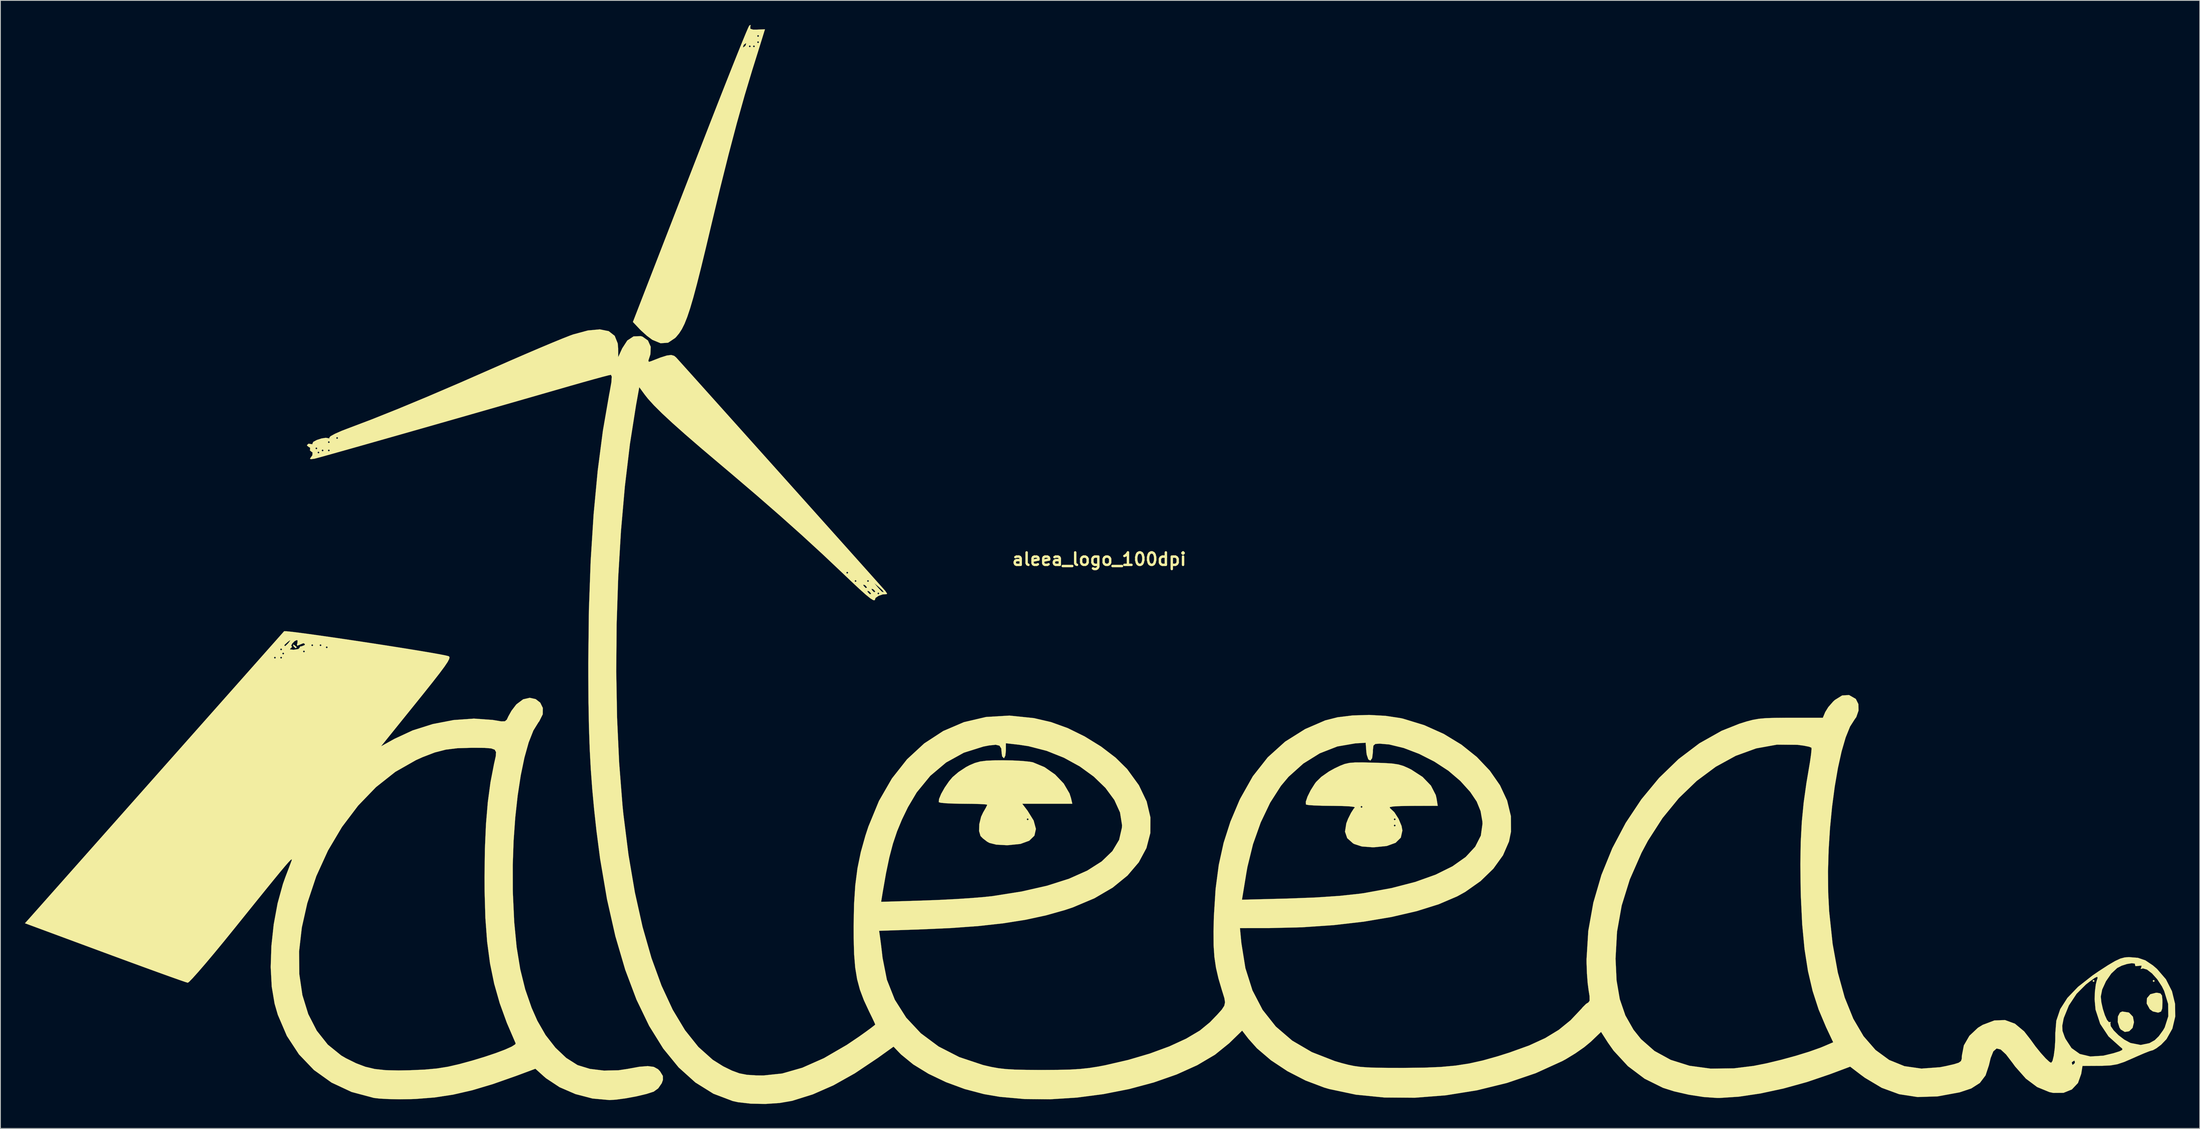
<source format=kicad_pcb>
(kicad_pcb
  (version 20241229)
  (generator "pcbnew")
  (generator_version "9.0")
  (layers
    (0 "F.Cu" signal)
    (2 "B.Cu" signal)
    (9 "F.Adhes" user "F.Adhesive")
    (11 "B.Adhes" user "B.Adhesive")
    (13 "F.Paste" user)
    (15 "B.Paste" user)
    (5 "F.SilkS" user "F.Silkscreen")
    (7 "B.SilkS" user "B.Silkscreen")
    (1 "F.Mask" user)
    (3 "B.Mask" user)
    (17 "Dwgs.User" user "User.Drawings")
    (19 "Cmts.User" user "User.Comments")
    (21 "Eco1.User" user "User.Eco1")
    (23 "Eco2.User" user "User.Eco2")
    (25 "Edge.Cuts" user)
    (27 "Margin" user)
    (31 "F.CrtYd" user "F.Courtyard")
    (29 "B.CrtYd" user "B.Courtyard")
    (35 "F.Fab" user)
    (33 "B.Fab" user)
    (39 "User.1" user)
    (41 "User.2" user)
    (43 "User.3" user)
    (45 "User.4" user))
  (footprint "aleea_logo_100dpi"
    (layer "F.Cu")
    (at 131.586 65.494)
    (property "Reference" "aleea_logo_100dpi" (at 0 0 0) (layer "F.SilkS") (effects (font (size 1.524 1.524) (thickness 0.3))))
    (attr through_hole)
    (fp_poly (pts (xy 121.92 51.689) (xy 121.793 51.816) (xy 121.666 51.689) (xy 121.793 51.562) (xy 121.92 51.689)) (stroke (width 0.01) (type solid)) (fill yes) (layer "F.SilkS"))
    (fp_poly (pts (xy 129.286 51.689) (xy 129.159 51.816) (xy 129.032 51.689) (xy 129.159 51.562) (xy 129.286 51.689)) (stroke (width 0.01) (type solid)) (fill yes) (layer "F.SilkS"))
    (fp_poly (pts (xy -98.591 10.517) (xy -98.321 10.753) (xy -98.298 10.81) (xy -98.419 10.914) (xy -98.67 10.68) (xy -98.703 10.629) (xy -98.733 10.455) (xy -98.591 10.517)) (stroke (width 0.01) (type solid)) (fill yes) (layer "F.SilkS"))
    (fp_poly (pts (xy 126.13 55.562) (xy 126.617 56.069) (xy 126.746 56.751) (xy 126.575 57.444) (xy 126.153 57.858) (xy 125.623 57.939) (xy 125.123 57.635) (xy 124.972 57.412) (xy 124.753 56.711) (xy 124.783 56.038) (xy 125.032 55.562) (xy 125.313 55.435) (xy 126.13 55.562)) (stroke (width 0.01) (type solid)) (fill yes) (layer "F.SilkS"))
    (fp_poly (pts (xy 129.596 53.138) (xy 129.988 53.221) (xy 130.176 53.478) (xy 130.232 54.049) (xy 130.234 54.356) (xy 130.203 55.079) (xy 130.067 55.433) (xy 129.762 55.558) (xy 129.667 55.568) (xy 129.056 55.425) (xy 128.685 55.156) (xy 128.299 54.454) (xy 128.338 53.798) (xy 128.745 53.316) (xy 129.464 53.132) (xy 129.596 53.138)) (stroke (width 0.01) (type solid)) (fill yes) (layer "F.SilkS"))
    (fp_poly (pts (xy -10.568 24.664) (xy -9.422 24.725) (xy -8.524 24.815) (xy -8.119 24.89) (xy -6.696 25.482) (xy -5.402 26.385) (xy -4.344 27.495) (xy -3.633 28.71) (xy -3.453 29.273) (xy -3.292 29.972) (xy -9.424 29.972) (xy -8.777 30.82) (xy -8.028 32.028) (xy -7.75 33.055) (xy -7.934 33.885) (xy -8.571 34.504) (xy -9.652 34.897) (xy -11.168 35.05) (xy -11.361 35.052) (xy -12.601 34.986) (xy -13.44 34.776) (xy -13.723 34.622) (xy -14.24 34.224) (xy -14.538 33.924) (xy -14.716 33.314) (xy -14.685 32.46) (xy -14.543 31.877) (xy -8.89 31.877) (xy -8.763 32.004) (xy -8.636 31.877) (xy -8.763 31.75) (xy -8.89 31.877) (xy -14.543 31.877) (xy -14.468 31.569) (xy -14.223 31.045) (xy -13.897 30.481) (xy -13.724 30.128) (xy -13.716 30.093) (xy -13.953 30.045) (xy -14.598 30.006) (xy -15.55 29.981) (xy -16.622 29.972) (xy -17.783 29.956) (xy -18.746 29.913) (xy -19.403 29.85) (xy -19.647 29.78) (xy -19.624 29.404) (xy -19.36 28.762) (xy -18.926 27.99) (xy -18.396 27.22) (xy -17.965 26.708) (xy -17.23 26.08) (xy -16.307 25.472) (xy -15.875 25.244) (xy -15.223 24.968) (xy -14.578 24.79) (xy -13.801 24.691) (xy -12.751 24.649) (xy -11.811 24.642) (xy -10.568 24.664)) (stroke (width 0.01) (type solid)) (fill yes) (layer "F.SilkS"))
    (fp_poly (pts (xy 33.584 24.934) (xy 34.94 24.979) (xy 35.917 25.044) (xy 36.643 25.154) (xy 37.247 25.33) (xy 37.856 25.597) (xy 38.222 25.781) (xy 39.613 26.684) (xy 40.634 27.747) (xy 41.226 28.901) (xy 41.317 29.293) (xy 41.468 30.226) (xy 38.324 30.234) (xy 36.931 30.252) (xy 36.027 30.301) (xy 35.594 30.381) (xy 35.604 30.489) (xy 36.153 31.009) (xy 36.67 31.814) (xy 37.036 32.688) (xy 37.139 33.248) (xy 36.945 34.124) (xy 36.306 34.758) (xy 35.222 35.151) (xy 33.691 35.303) (xy 33.448 35.305) (xy 32.166 35.209) (xy 31.235 34.906) (xy 31.085 34.821) (xy 30.376 34.188) (xy 30.106 33.39) (xy 30.224 32.639) (xy 36.068 32.639) (xy 36.195 32.766) (xy 36.322 32.639) (xy 36.195 32.512) (xy 36.068 32.639) (xy 30.224 32.639) (xy 30.265 32.374) (xy 30.457 31.877) (xy 36.068 31.877) (xy 36.195 32.004) (xy 36.322 31.877) (xy 36.195 31.75) (xy 36.068 31.877) (xy 30.457 31.877) (xy 30.482 31.812) (xy 30.843 31.09) (xy 31.178 30.568) (xy 31.315 30.429) (xy 31.2 30.355) (xy 31.187 30.353) (xy 32.004 30.353) (xy 32.131 30.48) (xy 32.258 30.353) (xy 32.131 30.226) (xy 32.004 30.353) (xy 31.187 30.353) (xy 30.662 30.292) (xy 29.786 30.249) (xy 28.657 30.23) (xy 28.554 30.23) (xy 27.354 30.216) (xy 26.346 30.181) (xy 25.636 30.13) (xy 25.326 30.068) (xy 25.325 30.067) (xy 25.303 29.722) (xy 25.515 29.094) (xy 25.902 28.314) (xy 26.407 27.514) (xy 26.559 27.307) (xy 27.207 26.671) (xy 28.144 26.013) (xy 28.83 25.634) (xy 29.514 25.308) (xy 30.077 25.09) (xy 30.645 24.963) (xy 31.346 24.907) (xy 32.306 24.904) (xy 33.584 24.934)) (stroke (width 0.01) (type solid)) (fill yes) (layer "F.SilkS"))
    (fp_poly (pts (xy -42.734 -65.266) (xy -42.724 -65.01) (xy -42.385 -64.912) (xy -41.905 -64.915) (xy -40.939 -64.956) (xy -41.261 -63.911) (xy -41.467 -63.246) (xy -41.78 -62.241) (xy -42.155 -61.039) (xy -42.498 -59.944) (xy -43.424 -56.865) (xy -44.387 -53.433) (xy -45.395 -49.608) (xy -46.46 -45.353) (xy -47.498 -41.021) (xy -48.178 -38.155) (xy -48.764 -35.74) (xy -49.271 -33.732) (xy -49.712 -32.084) (xy -50.103 -30.753) (xy -50.457 -29.693) (xy -50.789 -28.859) (xy -51.114 -28.206) (xy -51.446 -27.69) (xy -51.799 -27.264) (xy -51.944 -27.114) (xy -52.796 -26.543) (xy -53.717 -26.47) (xy -54.733 -26.892) (xy -54.737 -26.894) (xy -55.405 -27.392) (xy -56.127 -28.043) (xy -56.307 -28.226) (xy -57.115 -29.083) (xy -55.589 -33.02) (xy -55.211 -33.995) (xy -54.671 -35.387) (xy -53.993 -37.136) (xy -53.199 -39.185) (xy -52.31 -41.476) (xy -51.351 -43.952) (xy -50.342 -46.554) (xy -49.306 -49.224) (xy -48.597 -51.054) (xy -47.607 -53.599) (xy -46.666 -56.006) (xy -45.791 -58.23) (xy -44.999 -60.231) (xy -44.305 -61.967) (xy -43.987 -62.755) (xy -43.626 -62.755) (xy -43.591 -62.738) (xy -43.426 -62.865) (xy -42.926 -62.865) (xy -42.799 -62.738) (xy -42.672 -62.865) (xy -42.418 -62.865) (xy -42.291 -62.738) (xy -42.164 -62.865) (xy -42.291 -62.992) (xy -42.418 -62.865) (xy -42.672 -62.865) (xy -42.799 -62.992) (xy -42.926 -62.865) (xy -43.426 -62.865) (xy -43.359 -62.917) (xy -43.307 -62.992) (xy -43.242 -63.229) (xy -43.277 -63.246) (xy -43.509 -63.067) (xy -43.561 -62.992) (xy -43.626 -62.755) (xy -43.987 -62.755) (xy -43.736 -63.373) (xy -41.91 -63.373) (xy -41.783 -63.246) (xy -41.656 -63.373) (xy -41.783 -63.5) (xy -41.91 -63.373) (xy -43.736 -63.373) (xy -43.728 -63.394) (xy -43.422 -64.135) (xy -41.91 -64.135) (xy -41.783 -64.008) (xy -41.656 -64.135) (xy -41.783 -64.262) (xy -41.91 -64.135) (xy -43.422 -64.135) (xy -43.284 -64.471) (xy -42.989 -65.156) (xy -42.864 -65.405) (xy -42.689 -65.489) (xy -42.734 -65.266)) (stroke (width 0.01) (type solid)) (fill yes) (layer "F.SilkS"))
    (fp_poly (pts (xy -99.563 8.827) (xy -98.853 8.9) (xy -97.773 9.035) (xy -96.388 9.222) (xy -94.763 9.452) (xy -92.963 9.713) (xy -91.053 9.998) (xy -89.1 10.294) (xy -87.168 10.593) (xy -85.323 10.885) (xy -83.631 11.159) (xy -82.155 11.406) (xy -80.963 11.616) (xy -80.118 11.779) (xy -79.687 11.884) (xy -79.675 11.889) (xy -79.577 11.995) (xy -79.611 12.215) (xy -79.807 12.593) (xy -80.193 13.169) (xy -80.8 13.986) (xy -81.656 15.085) (xy -82.79 16.509) (xy -83.588 17.502) (xy -87.963 22.929) (xy -86.336 22.022) (xy -84.09 20.979) (xy -81.625 20.2) (xy -79.078 19.71) (xy -76.586 19.533) (xy -74.287 19.696) (xy -73.993 19.746) (xy -73.222 19.875) (xy -72.795 19.862) (xy -72.558 19.66) (xy -72.37 19.256) (xy -71.985 18.569) (xy -71.442 17.855) (xy -71.364 17.769) (xy -70.558 17.168) (xy -69.751 16.983) (xy -69.024 17.144) (xy -68.461 17.582) (xy -68.145 18.228) (xy -68.159 19.015) (xy -68.587 19.871) (xy -68.683 19.991) (xy -69.307 21.002) (xy -69.882 22.463) (xy -70.4 24.317) (xy -70.852 26.507) (xy -71.229 28.975) (xy -71.524 31.666) (xy -71.727 34.523) (xy -71.83 37.488) (xy -71.824 40.505) (xy -71.813 40.976) (xy -71.651 44.465) (xy -71.356 47.536) (xy -70.911 50.262) (xy -70.303 52.72) (xy -69.518 54.983) (xy -68.817 56.571) (xy -67.809 58.323) (xy -66.6 59.873) (xy -65.279 61.124) (xy -63.936 61.977) (xy -63.836 62.022) (xy -62.379 62.467) (xy -60.661 62.676) (xy -58.876 62.636) (xy -57.785 62.472) (xy -56.347 62.209) (xy -55.299 62.123) (xy -54.557 62.221) (xy -54.031 62.51) (xy -53.777 62.785) (xy -53.444 63.333) (xy -53.434 63.817) (xy -53.578 64.224) (xy -54.013 64.855) (xy -54.568 65.258) (xy -55.463 65.546) (xy -56.664 65.832) (xy -57.972 66.076) (xy -59.186 66.24) (xy -59.973 66.29) (xy -62.059 66.102) (xy -64.15 65.558) (xy -66.097 64.714) (xy -67.75 63.622) (xy -68.025 63.385) (xy -69.058 62.452) (xy -71.423 63.332) (xy -74.265 64.332) (xy -76.796 65.088) (xy -79.134 65.626) (xy -81.399 65.972) (xy -83.708 66.153) (xy -84.328 66.176) (xy -85.696 66.193) (xy -87.016 66.169) (xy -88.131 66.11) (xy -88.837 66.029) (xy -91.569 65.299) (xy -94.026 64.149) (xy -96.184 62.605) (xy -98.018 60.69) (xy -99.5 58.429) (xy -100.607 55.845) (xy -101.003 54.476) (xy -101.353 52.394) (xy -101.479 49.992) (xy -101.417 48.08) (xy -98.003 48.08) (xy -97.975 50.857) (xy -97.595 53.428) (xy -96.878 55.752) (xy -95.836 57.787) (xy -94.485 59.492) (xy -92.838 60.826) (xy -92.255 61.165) (xy -91.02 61.776) (xy -89.887 62.206) (xy -88.727 62.481) (xy -87.411 62.624) (xy -85.811 62.66) (xy -84.455 62.635) (xy -82.625 62.555) (xy -81.121 62.417) (xy -79.765 62.2) (xy -78.377 61.881) (xy -78.359 61.876) (xy -76.76 61.439) (xy -75.25 60.98) (xy -73.9 60.526) (xy -72.782 60.104) (xy -71.968 59.739) (xy -71.528 59.459) (xy -71.477 59.337) (xy -72.555 56.831) (xy -73.426 54.426) (xy -74.108 52.027) (xy -74.616 49.543) (xy -74.97 46.881) (xy -75.186 43.948) (xy -75.281 40.651) (xy -75.29 38.989) (xy -75.244 35.517) (xy -75.112 32.469) (xy -74.886 29.767) (xy -74.559 27.333) (xy -74.126 25.09) (xy -74.069 24.839) (xy -73.911 24.126) (xy -73.879 23.643) (xy -74.045 23.344) (xy -74.481 23.187) (xy -75.259 23.125) (xy -76.453 23.114) (xy -76.87 23.114) (xy -78.595 23.163) (xy -80.034 23.339) (xy -81.389 23.689) (xy -82.863 24.255) (xy -83.693 24.628) (xy -86.212 26.061) (xy -88.583 27.937) (xy -90.772 30.206) (xy -92.744 32.814) (xy -94.462 35.71) (xy -95.891 38.843) (xy -96.997 42.16) (xy -97.665 45.138) (xy -98.003 48.08) (xy -101.417 48.08) (xy -101.395 47.401) (xy -101.11 44.751) (xy -100.635 42.173) (xy -99.982 39.799) (xy -99.694 38.989) (xy -99.357 38.105) (xy -99.073 37.351) (xy -98.926 36.957) (xy -98.887 36.814) (xy -98.924 36.781) (xy -99.062 36.889) (xy -99.326 37.168) (xy -99.743 37.647) (xy -100.337 38.357) (xy -101.134 39.329) (xy -102.16 40.592) (xy -103.44 42.176) (xy -104.999 44.112) (xy -105.876 45.203) (xy -107.165 46.794) (xy -108.365 48.25) (xy -109.436 49.525) (xy -110.339 50.572) (xy -111.034 51.347) (xy -111.483 51.804) (xy -111.636 51.911) (xy -111.942 51.818) (xy -112.671 51.567) (xy -113.772 51.176) (xy -115.194 50.664) (xy -116.884 50.049) (xy -118.789 49.352) (xy -120.859 48.589) (xy -121.779 48.249) (xy -131.581 44.619) (xy -131.106 44.09) (xy -130.891 43.849) (xy -130.369 43.26) (xy -129.567 42.357) (xy -128.516 41.172) (xy -127.245 39.739) (xy -125.782 38.089) (xy -124.157 36.257) (xy -122.399 34.274) (xy -120.536 32.174) (xy -118.599 29.989) (xy -116.616 27.753) (xy -114.616 25.497) (xy -112.628 23.256) (xy -110.683 21.062) (xy -108.807 18.947) (xy -107.032 16.944) (xy -105.385 15.087) (xy -103.897 13.408) (xy -102.706 12.065) (xy -101.092 12.065) (xy -100.965 12.192) (xy -100.838 12.065) (xy -100.33 12.065) (xy -100.203 12.192) (xy -100.076 12.065) (xy -100.203 11.938) (xy -100.33 12.065) (xy -100.838 12.065) (xy -100.965 11.938) (xy -101.092 12.065) (xy -102.706 12.065) (xy -102.596 11.94) (xy -102.256 11.557) (xy -100.076 11.557) (xy -99.949 11.684) (xy -99.822 11.557) (xy -99.949 11.43) (xy -100.076 11.557) (xy -102.256 11.557) (xy -102.031 11.303) (xy -97.536 11.303) (xy -97.409 11.43) (xy -97.282 11.303) (xy -97.409 11.176) (xy -97.536 11.303) (xy -102.031 11.303) (xy -101.806 11.049) (xy -100.33 11.049) (xy -100.203 11.176) (xy -100.076 11.049) (xy -99.123 11.049) (xy -98.735 11.092) (xy -98.607 11.088) (xy -98.107 11.012) (xy -97.949 10.872) (xy -97.954 10.862) (xy -97.917 10.795) (xy -94.742 10.795) (xy -94.615 10.922) (xy -94.488 10.795) (xy -94.615 10.668) (xy -94.742 10.795) (xy -97.917 10.795) (xy -97.862 10.695) (xy -97.678 10.668) (xy -97.356 10.541) (xy -96.52 10.541) (xy -96.393 10.668) (xy -96.266 10.541) (xy -95.504 10.541) (xy -95.377 10.668) (xy -95.25 10.541) (xy -95.377 10.414) (xy -95.504 10.541) (xy -96.266 10.541) (xy -96.393 10.414) (xy -96.52 10.541) (xy -97.356 10.541) (xy -97.331 10.531) (xy -97.282 10.405) (xy -97.461 10.288) (xy -97.829 10.435) (xy -98.214 10.602) (xy -98.268 10.464) (xy -98.217 10.317) (xy -98.184 9.971) (xy -98.275 9.906) (xy -98.554 10.041) (xy -98.834 10.328) (xy -98.972 10.593) (xy -98.901 10.672) (xy -98.876 10.778) (xy -99.029 10.898) (xy -99.123 11.049) (xy -100.076 11.049) (xy -100.076 11.049) (xy -100.203 10.922) (xy -100.33 11.049) (xy -101.806 11.049) (xy -101.511 10.716) (xy -101.383 10.572) (xy -99.822 10.572) (xy -99.698 10.648) (xy -99.361 10.322) (xy -99.282 10.223) (xy -99.062 9.923) (xy -99.193 9.986) (xy -99.377 10.128) (xy -99.729 10.441) (xy -99.822 10.572) (xy -101.383 10.572) (xy -100.671 9.768) (xy -100.106 9.13) (xy -99.844 8.835) (xy -99.836 8.826) (xy -99.563 8.827)) (stroke (width 0.01) (type solid)) (fill yes) (layer "F.SilkS"))
    (fp_poly (pts (xy -60.078 -27.955) (xy -59.344 -27.381) (xy -58.972 -26.454) (xy -58.922 -25.856) (xy -58.917 -24.765) (xy -58.427 -25.844) (xy -57.803 -26.808) (xy -57.032 -27.315) (xy -56.151 -27.345) (xy -55.938 -27.282) (xy -55.269 -26.806) (xy -54.93 -26.039) (xy -54.971 -25.115) (xy -55.052 -24.861) (xy -55.221 -24.347) (xy -55.16 -24.192) (xy -54.914 -24.262) (xy -53.755 -24.716) (xy -52.958 -24.969) (xy -52.426 -25.036) (xy -52.06 -24.93) (xy -51.824 -24.734) (xy -51.589 -24.476) (xy -51.049 -23.876) (xy -50.235 -22.971) (xy -49.181 -21.796) (xy -47.92 -20.39) (xy -46.483 -18.787) (xy -44.904 -17.025) (xy -43.215 -15.14) (xy -41.45 -13.169) (xy -39.64 -11.148) (xy -37.819 -9.114) (xy -36.019 -7.104) (xy -34.274 -5.153) (xy -32.615 -3.299) (xy -31.075 -1.578) (xy -29.688 -0.026) (xy -28.486 1.319) (xy -27.502 2.422) (xy -26.768 3.245) (xy -26.317 3.752) (xy -26.194 3.892) (xy -25.98 4.213) (xy -26.042 4.286) (xy -26.493 4.305) (xy -27.018 4.485) (xy -27.383 4.733) (xy -27.432 4.843) (xy -27.485 5.021) (xy -27.67 5.017) (xy -28.029 4.799) (xy -28.6 4.336) (xy -29.105 3.883) (xy -28.407 3.883) (xy -28.345 4.025) (xy -28.09 4.297) (xy -27.942 4.241) (xy -27.94 4.206) (xy -27.953 4.191) (xy -27.178 4.191) (xy -27.051 4.318) (xy -26.924 4.191) (xy -27.051 4.064) (xy -27.178 4.191) (xy -27.953 4.191) (xy -28.12 3.991) (xy -28.233 3.913) (xy -28.407 3.883) (xy -29.105 3.883) (xy -29.389 3.629) (xy -27.899 3.629) (xy -27.837 3.771) (xy -27.582 4.043) (xy -27.434 3.987) (xy -27.432 3.952) (xy -27.612 3.737) (xy -27.725 3.659) (xy -27.899 3.629) (xy -29.389 3.629) (xy -29.425 3.596) (xy -29.932 3.121) (xy -28.915 3.121) (xy -28.853 3.263) (xy -28.598 3.535) (xy -28.45 3.479) (xy -28.448 3.444) (xy -28.628 3.229) (xy -28.741 3.151) (xy -28.915 3.121) (xy -29.932 3.121) (xy -30.145 2.921) (xy -27.559 2.921) (xy -27.075 3.493) (xy -26.625 3.972) (xy -26.429 4.042) (xy -26.416 3.976) (xy -26.587 3.769) (xy -26.988 3.405) (xy -27.559 2.921) (xy -30.145 2.921) (xy -30.416 2.667) (xy -29.972 2.667) (xy -29.845 2.794) (xy -29.718 2.667) (xy -28.448 2.667) (xy -28.321 2.794) (xy -28.194 2.667) (xy -28.321 2.54) (xy -28.448 2.667) (xy -29.718 2.667) (xy -29.845 2.54) (xy -29.972 2.667) (xy -30.416 2.667) (xy -30.542 2.549) (xy -31.417 1.714) (xy -31.485 1.651) (xy -30.988 1.651) (xy -30.861 1.778) (xy -30.734 1.651) (xy -30.861 1.524) (xy -30.988 1.651) (xy -31.485 1.651) (xy -33.885 -0.617) (xy -36.413 -2.94) (xy -39.08 -5.324) (xy -41.966 -7.841) (xy -45.151 -10.56) (xy -46.482 -11.684) (xy -48.779 -13.631) (xy -50.703 -15.295) (xy -52.284 -16.703) (xy -53.552 -17.882) (xy -54.535 -18.86) (xy -55.263 -19.662) (xy -55.635 -20.131) (xy -56.335 -21.085) (xy -56.734 -18.861) (xy -57.484 -14.088) (xy -58.099 -8.921) (xy -58.576 -3.456) (xy -58.913 2.21) (xy -59.107 7.98) (xy -59.154 13.758) (xy -59.052 19.449) (xy -58.797 24.954) (xy -58.387 30.177) (xy -58.28 31.242) (xy -57.653 36.238) (xy -56.868 40.852) (xy -55.928 45.07) (xy -54.839 48.88) (xy -53.606 52.268) (xy -52.234 55.222) (xy -50.728 57.729) (xy -49.094 59.776) (xy -47.336 61.35) (xy -46.053 62.154) (xy -44.98 62.68) (xy -44.071 63.013) (xy -43.14 63.194) (xy -42.003 63.265) (xy -41.12 63.273) (xy -38.833 63.033) (xy -36.364 62.325) (xy -33.719 61.153) (xy -30.907 59.52) (xy -29.422 58.517) (xy -28.568 57.908) (xy -27.898 57.414) (xy -27.501 57.102) (xy -27.432 57.032) (xy -27.536 56.78) (xy -27.809 56.2) (xy -28.187 55.426) (xy -28.824 54.054) (xy -29.307 52.771) (xy -29.654 51.473) (xy -29.886 50.053) (xy -30.02 48.405) (xy -30.076 46.423) (xy -30.081 44.958) (xy -30.027 42.274) (xy -30.009 41.992) (xy -26.708 41.992) (xy -21.292 41.822) (xy -19.46 41.75) (xy -17.593 41.654) (xy -15.826 41.54) (xy -14.293 41.418) (xy -13.126 41.297) (xy -13.081 41.291) (xy -9.516 40.728) (xy -6.387 40.016) (xy -3.702 39.161) (xy -1.468 38.166) (xy 0.306 37.037) (xy 1.611 35.778) (xy 2.44 34.394) (xy 2.784 32.888) (xy 2.794 32.572) (xy 2.55 31.036) (xy 1.855 29.508) (xy 0.765 28.029) (xy -0.665 26.645) (xy -2.379 25.398) (xy -4.32 24.332) (xy -6.434 23.489) (xy -8.664 22.914) (xy -9.842 22.736) (xy -11.43 22.556) (xy -11.43 23.47) (xy -11.492 24.067) (xy -11.646 24.373) (xy -11.684 24.384) (xy -11.884 24.169) (xy -11.942 23.812) (xy -11.997 23.199) (xy -12.214 22.853) (xy -12.682 22.74) (xy -13.493 22.827) (xy -14.187 22.962) (xy -16.574 23.713) (xy -18.75 24.915) (xy -20.685 26.545) (xy -22.351 28.58) (xy -23.427 30.397) (xy -24.159 31.91) (xy -24.76 33.363) (xy -25.264 34.869) (xy -25.703 36.54) (xy -26.11 38.486) (xy -26.518 40.819) (xy -26.547 40.998) (xy -26.708 41.992) (xy -30.009 41.992) (xy -29.877 39.958) (xy -29.609 37.878) (xy -29.203 35.9) (xy -28.641 33.891) (xy -28.272 32.766) (xy -26.979 29.628) (xy -25.392 26.875) (xy -23.535 24.519) (xy -21.43 22.573) (xy -19.1 21.052) (xy -16.569 19.968) (xy -13.86 19.334) (xy -10.996 19.164) (xy -8.001 19.472) (xy -5.9 19.96) (xy -3.864 20.694) (xy -1.774 21.723) (xy 0.23 22.959) (xy 2.008 24.318) (xy 3.417 25.708) (xy 4.864 27.7) (xy 5.814 29.689) (xy 6.277 31.652) (xy 6.264 33.565) (xy 5.785 35.405) (xy 4.85 37.148) (xy 3.469 38.77) (xy 1.654 40.248) (xy -0.586 41.559) (xy -3.24 42.679) (xy -4.2 43) (xy -6.525 43.655) (xy -9.017 44.194) (xy -11.744 44.626) (xy -14.773 44.961) (xy -18.174 45.208) (xy -21.682 45.365) (xy -26.955 45.545) (xy -26.826 46.458) (xy -26.723 47.24) (xy -26.603 48.246) (xy -26.535 48.854) (xy -26.004 51.54) (xy -25.033 53.991) (xy -23.64 56.186) (xy -21.847 58.103) (xy -19.671 59.723) (xy -17.135 61.023) (xy -14.256 61.983) (xy -14.097 62.024) (xy -13.191 62.233) (xy -12.332 62.386) (xy -11.413 62.49) (xy -10.323 62.554) (xy -8.954 62.587) (xy -7.198 62.598) (xy -6.985 62.598) (xy -5.094 62.588) (xy -3.585 62.551) (xy -2.333 62.476) (xy -1.211 62.355) (xy -0.094 62.178) (xy 0.72 62.023) (xy 3.559 61.367) (xy 6.201 60.588) (xy 8.585 59.712) (xy 10.647 58.764) (xy 12.327 57.769) (xy 13.563 56.753) (xy 13.587 56.728) (xy 14.448 55.834) (xy 15.012 55.206) (xy 15.319 54.733) (xy 15.412 54.302) (xy 15.333 53.802) (xy 15.124 53.122) (xy 15.04 52.858) (xy 14.608 51.392) (xy 14.302 50.067) (xy 14.109 48.752) (xy 14.012 47.315) (xy 13.999 45.625) (xy 14.048 43.733) (xy 14.174 41.733) (xy 17.489 41.733) (xy 23.286 41.581) (xy 26.572 41.454) (xy 29.451 41.26) (xy 31.88 40.999) (xy 32.494 40.912) (xy 35.805 40.305) (xy 38.714 39.552) (xy 41.207 38.661) (xy 43.27 37.639) (xy 44.889 36.496) (xy 46.052 35.24) (xy 46.744 33.879) (xy 46.951 32.422) (xy 46.936 32.15) (xy 46.713 30.869) (xy 46.236 29.697) (xy 45.441 28.517) (xy 44.266 27.214) (xy 44.209 27.156) (xy 42.768 25.925) (xy 41.052 24.805) (xy 39.186 23.856) (xy 37.299 23.137) (xy 35.519 22.705) (xy 34.364 22.606) (xy 33.828 22.64) (xy 33.59 22.84) (xy 33.53 23.353) (xy 33.528 23.622) (xy 33.435 24.379) (xy 33.217 24.682) (xy 32.963 24.537) (xy 32.764 23.951) (xy 32.717 23.566) (xy 32.639 22.493) (xy 31.369 22.571) (xy 29.17 22.95) (xy 27.02 23.79) (xy 25.002 25.045) (xy 23.195 26.667) (xy 22.26 27.781) (xy 20.942 29.841) (xy 19.785 32.267) (xy 18.84 34.93) (xy 18.161 37.7) (xy 18.044 38.354) (xy 17.877 39.371) (xy 17.722 40.319) (xy 17.631 40.869) (xy 17.489 41.733) (xy 14.174 41.733) (xy 14.256 40.419) (xy 14.644 37.468) (xy 15.24 34.758) (xy 16.069 32.17) (xy 17.161 29.581) (xy 17.276 29.337) (xy 18.818 26.6) (xy 20.644 24.279) (xy 22.773 22.357) (xy 25.224 20.816) (xy 27.68 19.754) (xy 29.201 19.369) (xy 31.046 19.144) (xy 33.053 19.084) (xy 35.063 19.193) (xy 36.917 19.473) (xy 37.211 19.539) (xy 39.809 20.335) (xy 42.206 21.411) (xy 44.368 22.727) (xy 46.26 24.242) (xy 47.847 25.916) (xy 49.093 27.708) (xy 49.965 29.577) (xy 50.426 31.483) (xy 50.441 33.386) (xy 50.197 34.599) (xy 49.459 36.295) (xy 48.277 37.935) (xy 46.713 39.452) (xy 44.832 40.779) (xy 43.846 41.324) (xy 41.585 42.291) (xy 38.885 43.137) (xy 35.802 43.852) (xy 32.394 44.426) (xy 28.717 44.85) (xy 24.827 45.115) (xy 20.781 45.211) (xy 20.622 45.211) (xy 17.241 45.212) (xy 17.417 47.053) (xy 17.909 50.123) (xy 18.773 52.846) (xy 20.014 55.23) (xy 21.637 57.281) (xy 23.648 59.007) (xy 26.053 60.414) (xy 28.858 61.509) (xy 29.734 61.765) (xy 30.502 61.963) (xy 31.218 62.111) (xy 31.975 62.216) (xy 32.865 62.284) (xy 33.981 62.324) (xy 35.416 62.341) (xy 37.264 62.344) (xy 37.338 62.343) (xy 39.777 62.316) (xy 41.837 62.23) (xy 43.642 62.065) (xy 45.321 61.805) (xy 46.999 61.431) (xy 48.803 60.923) (xy 50.26 60.462) (xy 52.648 59.602) (xy 54.625 58.695) (xy 56.288 57.684) (xy 57.734 56.507) (xy 59.06 55.104) (xy 59.214 54.919) (xy 59.639 54.498) (xy 59.917 54.323) (xy 60.069 54.106) (xy 60.061 53.555) (xy 59.949 52.859) (xy 59.832 51.971) (xy 59.742 50.784) (xy 59.695 49.507) (xy 59.691 49.051) (xy 59.697 48.958) (xy 63.246 48.958) (xy 63.372 51.63) (xy 63.766 53.926) (xy 64.45 55.915) (xy 65.444 57.666) (xy 66.366 58.821) (xy 68.016 60.271) (xy 70.003 61.36) (xy 72.301 62.083) (xy 74.882 62.433) (xy 77.719 62.403) (xy 80.167 62.099) (xy 81.739 61.786) (xy 83.504 61.361) (xy 85.299 60.87) (xy 86.967 60.357) (xy 88.345 59.867) (xy 88.703 59.72) (xy 89.902 59.206) (xy 89.03 57.352) (xy 88.119 55.19) (xy 87.385 52.924) (xy 86.814 50.478) (xy 86.392 47.777) (xy 86.106 44.747) (xy 85.942 41.312) (xy 85.92 40.474) (xy 85.883 37.39) (xy 85.927 34.676) (xy 86.059 32.2) (xy 86.288 29.828) (xy 86.624 27.429) (xy 86.878 25.929) (xy 87.064 24.823) (xy 87.193 23.908) (xy 87.252 23.295) (xy 87.241 23.101) (xy 86.949 22.982) (xy 86.298 22.851) (xy 85.532 22.749) (xy 83.006 22.729) (xy 80.47 23.187) (xy 77.963 24.098) (xy 75.524 25.435) (xy 73.191 27.17) (xy 71.003 29.278) (xy 68.998 31.731) (xy 67.215 34.502) (xy 66.427 35.983) (xy 64.991 39.253) (xy 64.001 42.441) (xy 63.428 45.657) (xy 63.246 48.958) (xy 59.697 48.958) (xy 59.905 45.56) (xy 60.524 42.093) (xy 61.515 38.697) (xy 62.847 35.422) (xy 64.489 32.316) (xy 66.409 29.428) (xy 68.576 26.806) (xy 70.957 24.5) (xy 73.522 22.557) (xy 76.239 21.028) (xy 78.403 20.166) (xy 79.3 19.883) (xy 80.063 19.684) (xy 80.815 19.553) (xy 81.679 19.477) (xy 82.777 19.442) (xy 84.231 19.431) (xy 84.641 19.431) (xy 88.637 19.431) (xy 88.927 18.731) (xy 89.301 18.126) (xy 89.888 17.454) (xy 90.106 17.251) (xy 91.001 16.696) (xy 91.846 16.646) (xy 92.636 17.099) (xy 92.689 17.15) (xy 92.994 17.763) (xy 93.005 18.567) (xy 92.735 19.348) (xy 92.537 19.624) (xy 91.968 20.515) (xy 91.43 21.85) (xy 90.933 23.565) (xy 90.484 25.595) (xy 90.093 27.878) (xy 89.767 30.349) (xy 89.515 32.945) (xy 89.347 35.601) (xy 89.269 38.253) (xy 89.291 40.839) (xy 89.412 43.18) (xy 89.836 47.149) (xy 90.471 50.663) (xy 91.315 53.722) (xy 92.367 56.324) (xy 93.626 58.467) (xy 95.091 60.151) (xy 96.761 61.374) (xy 98.635 62.134) (xy 100.711 62.431) (xy 102.99 62.263) (xy 103.723 62.119) (xy 104.694 61.896) (xy 105.271 61.715) (xy 105.557 61.511) (xy 105.654 61.217) (xy 105.664 60.856) (xy 105.906 59.59) (xy 106.586 58.413) (xy 107.632 57.429) (xy 108.223 57.068) (xy 109.643 56.532) (xy 110.951 56.483) (xy 112.163 56.927) (xy 113.293 57.868) (xy 114.082 58.881) (xy 114.681 59.712) (xy 115.327 60.512) (xy 115.929 61.18) (xy 116.396 61.613) (xy 116.602 61.722) (xy 119.126 61.722) (xy 119.213 61.969) (xy 119.238 61.976) (xy 119.455 61.798) (xy 119.507 61.722) (xy 119.487 61.488) (xy 119.395 61.468) (xy 119.136 61.652) (xy 119.126 61.722) (xy 116.602 61.722) (xy 116.767 61.489) (xy 116.917 60.874) (xy 117.035 60.003) (xy 117.103 59.001) (xy 117.108 58.108) (xy 117.181 57.19) (xy 117.959 57.19) (xy 117.994 57.821) (xy 118.248 58.541) (xy 118.356 58.784) (xy 119.099 59.92) (xy 120.111 60.64) (xy 121.402 60.948) (xy 122.984 60.848) (xy 124.215 60.553) (xy 124.975 60.313) (xy 125.317 60.142) (xy 125.312 59.978) (xy 125.087 59.794) (xy 123.63 58.49) (xy 122.607 56.949) (xy 122.038 55.211) (xy 121.922 53.928) (xy 121.936 53.602) (xy 122.682 53.602) (xy 122.753 54.312) (xy 122.933 55.117) (xy 123.178 55.881) (xy 123.442 56.468) (xy 123.677 56.743) (xy 123.749 56.737) (xy 123.911 56.72) (xy 123.854 56.849) (xy 123.894 57.222) (xy 124.261 57.753) (xy 124.848 58.34) (xy 125.549 58.878) (xy 126.256 59.262) (xy 126.365 59.302) (xy 127.564 59.535) (xy 128.638 59.315) (xy 129.286 58.952) (xy 129.786 58.463) (xy 130.314 57.733) (xy 130.511 57.389) (xy 130.952 56.01) (xy 130.928 54.498) (xy 130.444 52.914) (xy 130.17 52.36) (xy 129.599 51.485) (xy 128.957 50.769) (xy 128.341 50.295) (xy 127.846 50.15) (xy 127.717 50.193) (xy 127.552 50.219) (xy 127.635 50.037) (xy 127.679 49.811) (xy 127.324 49.839) (xy 127.293 49.847) (xy 126.926 49.875) (xy 126.888 49.76) (xy 126.848 49.562) (xy 126.469 49.519) (xy 125.888 49.612) (xy 125.241 49.82) (xy 124.688 50.104) (xy 123.965 50.782) (xy 123.315 51.726) (xy 122.85 52.742) (xy 122.682 53.602) (xy 121.936 53.602) (xy 121.962 52.967) (xy 122.067 52.118) (xy 122.173 51.691) (xy 122.295 51.307) (xy 122.237 51.176) (xy 121.939 51.316) (xy 121.342 51.747) (xy 120.861 52.118) (xy 119.718 53.262) (xy 118.771 54.695) (xy 118.156 56.207) (xy 118.115 56.369) (xy 117.959 57.19) (xy 117.181 57.19) (xy 117.231 56.569) (xy 117.714 55.138) (xy 118.591 53.768) (xy 119.892 52.414) (xy 121.649 51.031) (xy 122.396 50.519) (xy 123.565 49.759) (xy 124.424 49.252) (xy 125.074 48.949) (xy 125.618 48.804) (xy 126.126 48.768) (xy 127.226 48.855) (xy 128.142 49.167) (xy 129.062 49.784) (xy 129.567 50.217) (xy 130.659 51.486) (xy 131.399 52.946) (xy 131.78 54.503) (xy 131.798 56.064) (xy 131.448 57.536) (xy 130.725 58.825) (xy 130.065 59.51) (xy 129.495 59.94) (xy 129.063 60.18) (xy 128.981 60.198) (xy 128.643 60.298) (xy 127.967 60.565) (xy 127.074 60.951) (xy 126.651 61.141) (xy 125.556 61.616) (xy 124.7 61.901) (xy 123.872 62.043) (xy 122.862 62.091) (xy 122.514 62.094) (xy 120.441 62.103) (xy 120.286 63.073) (xy 119.886 64.198) (xy 119.14 64.988) (xy 118.111 65.406) (xy 116.866 65.414) (xy 116.384 65.312) (xy 114.885 64.696) (xy 113.503 63.663) (xy 112.186 62.173) (xy 111.883 61.755) (xy 111.069 60.691) (xy 110.426 60.094) (xy 109.921 59.969) (xy 109.52 60.319) (xy 109.189 61.146) (xy 108.978 62.027) (xy 108.567 63.267) (xy 107.869 64.192) (xy 106.816 64.867) (xy 105.383 65.345) (xy 102.691 65.84) (xy 100.245 65.92) (xy 97.986 65.573) (xy 95.853 64.79) (xy 93.786 63.559) (xy 93.299 63.2) (xy 91.983 62.196) (xy 89.503 63.124) (xy 86.679 64.084) (xy 83.801 64.878) (xy 80.986 65.484) (xy 78.352 65.876) (xy 76.015 66.03) (xy 75.699 66.031) (xy 74.064 65.92) (xy 72.219 65.634) (xy 70.412 65.221) (xy 69.061 64.792) (xy 66.806 63.674) (xy 64.759 62.132) (xy 63.004 60.232) (xy 62.318 59.259) (xy 61.47 57.939) (xy 60.215 59.142) (xy 59.405 59.813) (xy 58.322 60.568) (xy 57.155 61.28) (xy 56.722 61.515) (xy 53.47 62.994) (xy 49.951 64.192) (xy 46.255 65.099) (xy 42.468 65.706) (xy 38.678 66.004) (xy 34.974 65.981) (xy 31.444 65.63) (xy 28.175 64.939) (xy 27.559 64.758) (xy 25.275 63.894) (xy 23.063 62.754) (xy 21.041 61.414) (xy 19.322 59.947) (xy 18.276 58.775) (xy 17.51 57.779) (xy 15.931 59.317) (xy 14.186 60.728) (xy 12.016 62.011) (xy 9.493 63.15) (xy 6.685 64.132) (xy 3.665 64.942) (xy 0.502 65.565) (xy -2.733 65.987) (xy -5.97 66.192) (xy -9.138 66.166) (xy -12.166 65.895) (xy -14.103 65.565) (xy -16.463 64.943) (xy -18.768 64.093) (xy -20.91 63.068) (xy -22.778 61.921) (xy -24.266 60.705) (xy -24.469 60.499) (xy -25.19 59.744) (xy -27.136 61.14) (xy -29.932 63.013) (xy -32.554 64.484) (xy -35.082 65.594) (xy -37.596 66.381) (xy -37.63 66.389) (xy -39.145 66.65) (xy -40.888 66.765) (xy -42.655 66.733) (xy -44.241 66.553) (xy -44.891 66.41) (xy -47.255 65.512) (xy -49.463 64.135) (xy -51.513 62.288) (xy -53.401 59.975) (xy -55.122 57.205) (xy -56.676 53.983) (xy -58.056 50.317) (xy -59.261 46.213) (xy -60.287 41.678) (xy -61.131 36.719) (xy -61.581 33.26) (xy -61.866 30.645) (xy -62.095 28.165) (xy -62.274 25.722) (xy -62.407 23.215) (xy -62.499 20.544) (xy -62.555 17.611) (xy -62.579 14.313) (xy -62.581 12.7) (xy -62.507 6.294) (xy -62.288 0.212) (xy -61.927 -5.512) (xy -61.427 -10.847) (xy -60.79 -15.758) (xy -60.018 -20.214) (xy -59.96 -20.507) (xy -59.752 -21.686) (xy -59.704 -22.385) (xy -59.808 -22.606) (xy -60.122 -22.538) (xy -60.85 -22.349) (xy -61.916 -22.058) (xy -63.246 -21.686) (xy -64.765 -21.254) (xy -65.41 -21.068) (xy -68.213 -20.26) (xy -71.095 -19.431) (xy -74.011 -18.594) (xy -76.92 -17.76) (xy -79.777 -16.942) (xy -82.54 -16.153) (xy -85.167 -15.404) (xy -87.613 -14.708) (xy -89.836 -14.076) (xy -91.794 -13.522) (xy -93.443 -13.057) (xy -94.74 -12.694) (xy -95.642 -12.445) (xy -96.106 -12.322) (xy -96.139 -12.315) (xy -96.586 -12.26) (xy -96.667 -12.343) (xy -96.647 -12.362) (xy -96.377 -12.738) (xy -96.353 -13.081) (xy -95.758 -13.081) (xy -95.631 -12.954) (xy -95.504 -13.081) (xy -95.631 -13.208) (xy -95.758 -13.081) (xy -96.353 -13.081) (xy -96.353 -13.089) (xy -96.535 -13.208) (xy -96.659 -13.335) (xy -95.25 -13.335) (xy -95.123 -13.208) (xy -94.996 -13.335) (xy -94.488 -13.335) (xy -94.361 -13.208) (xy -94.234 -13.335) (xy -94.361 -13.462) (xy -94.488 -13.335) (xy -94.996 -13.335) (xy -95.123 -13.462) (xy -95.25 -13.335) (xy -96.659 -13.335) (xy -96.687 -13.364) (xy -96.647 -13.462) (xy -96.658 -13.589) (xy -96.012 -13.589) (xy -95.885 -13.462) (xy -95.758 -13.589) (xy -95.885 -13.716) (xy -96.012 -13.589) (xy -96.658 -13.589) (xy -96.667 -13.696) (xy -96.759 -13.716) (xy -97.015 -13.912) (xy -97.028 -13.997) (xy -96.842 -14.164) (xy -96.634 -14.127) (xy -96.361 -14.094) (xy -96.366 -14.181) (xy -96.277 -14.351) (xy -94.488 -14.351) (xy -94.361 -14.224) (xy -94.234 -14.351) (xy -94.361 -14.478) (xy -94.488 -14.351) (xy -96.277 -14.351) (xy -96.257 -14.39) (xy -95.826 -14.618) (xy -95.254 -14.804) (xy -94.721 -14.885) (xy -94.45 -14.836) (xy -94.27 -14.802) (xy -94.292 -14.859) (xy -93.472 -14.859) (xy -93.345 -14.732) (xy -93.218 -14.859) (xy -93.345 -14.986) (xy -93.472 -14.859) (xy -94.292 -14.859) (xy -94.306 -14.896) (xy -94.149 -15.08) (xy -93.605 -15.378) (xy -92.77 -15.745) (xy -92.122 -15.994) (xy -89.23 -17.09) (xy -85.968 -18.392) (xy -82.319 -19.909) (xy -78.26 -21.649) (xy -74.096 -23.477) (xy -72.146 -24.335) (xy -70.257 -25.154) (xy -68.5 -25.905) (xy -66.95 -26.556) (xy -65.678 -27.077) (xy -64.759 -27.436) (xy -64.441 -27.55) (xy -62.629 -28.04) (xy -61.174 -28.175) (xy -60.078 -27.955)) (stroke (width 0.01) (type solid)) (fill yes) (layer "F.SilkS")))
  (gr_rect
    (start -3 -3)
    (end 266.389 135.264)
    (stroke (width 0.1) (type default))
    (fill no)
    (layer "Edge.Cuts")))
</source>
